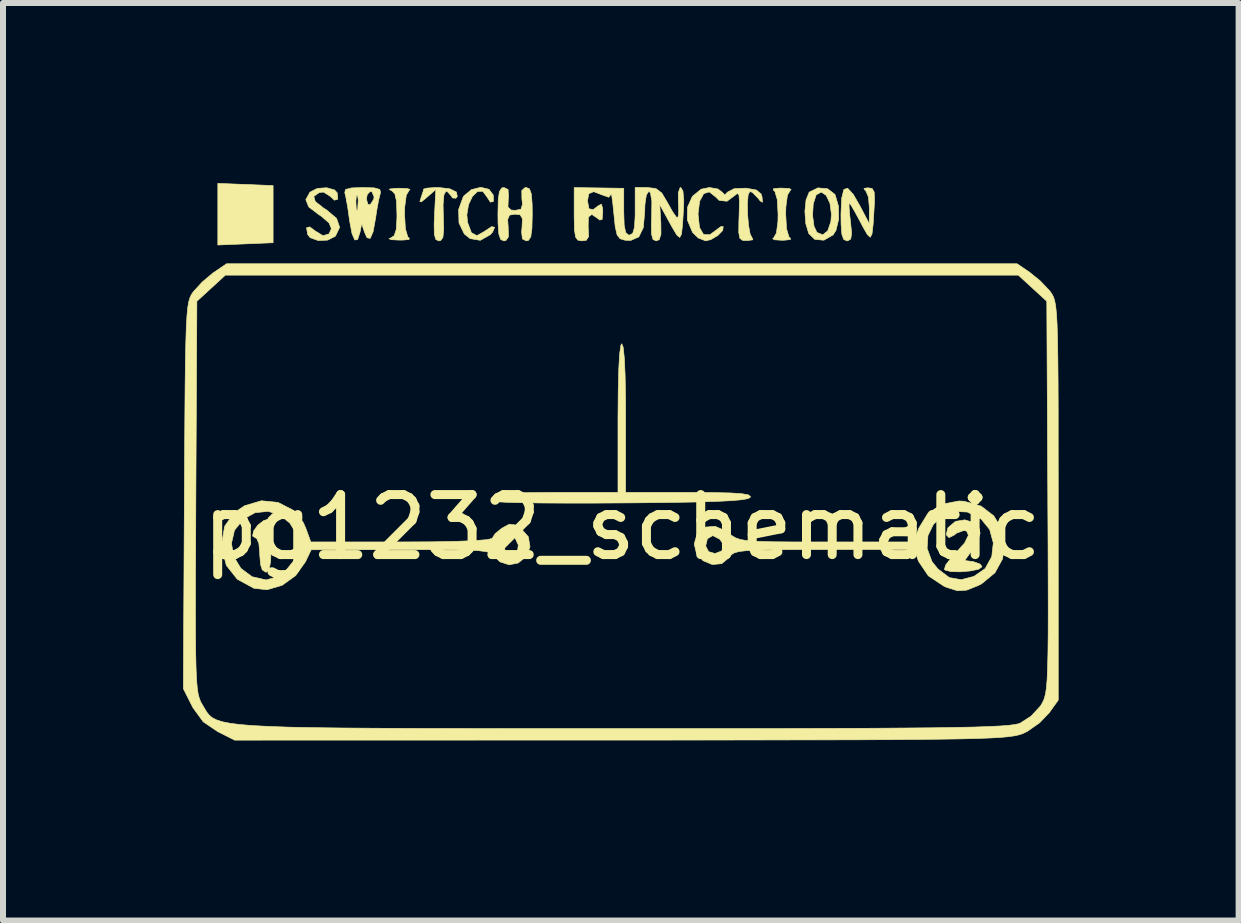
<source format=kicad_pcb>
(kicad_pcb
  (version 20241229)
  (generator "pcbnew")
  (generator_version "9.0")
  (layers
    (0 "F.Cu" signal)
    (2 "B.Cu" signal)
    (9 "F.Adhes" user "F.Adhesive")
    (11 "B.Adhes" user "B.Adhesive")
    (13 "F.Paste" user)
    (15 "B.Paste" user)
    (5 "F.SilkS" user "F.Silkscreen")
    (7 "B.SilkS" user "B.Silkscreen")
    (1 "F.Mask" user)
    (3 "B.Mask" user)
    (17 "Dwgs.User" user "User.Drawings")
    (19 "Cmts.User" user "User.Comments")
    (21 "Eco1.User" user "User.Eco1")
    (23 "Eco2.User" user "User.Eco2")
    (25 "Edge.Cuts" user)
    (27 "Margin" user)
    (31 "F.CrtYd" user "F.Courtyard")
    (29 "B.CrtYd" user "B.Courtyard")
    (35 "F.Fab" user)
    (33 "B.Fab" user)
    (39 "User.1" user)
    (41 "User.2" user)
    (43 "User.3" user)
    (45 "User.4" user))
  (footprint "pg1232_schematic"
    (layer "F.Cu")
    (at 7.315 5.235)
    (property "Reference" "pg1232_schematic" (at 0 0.5 0) (layer "F.SilkS") (effects (font (size 1 1) (thickness 0.15))))
    (attr through_hole)
    (fp_poly (pts (xy -5.815 -5.193) (xy -5.815 -4.241) (xy -6.276 -4.222) (xy -6.736 -4.203) (xy -6.736 -5.23) (xy -5.815 -5.193)) (stroke (width 0.01) (type solid)) (fill yes) (layer "F.SilkS"))
    (fp_poly (pts (xy -5.871 0.422) (xy -5.854 0.574) (xy -5.847 0.79) (xy -5.847 0.808) (xy -5.856 1.068) (xy -5.883 1.212) (xy -5.934 1.25) (xy -5.995 1.21) (xy -6.023 1.124) (xy -6.037 0.966) (xy -6.038 0.924) (xy -6.052 0.769) (xy -6.089 0.685) (xy -6.101 0.681) (xy -6.157 0.645) (xy -6.139 0.561) (xy -6.07 0.464) (xy -5.972 0.388) (xy -5.895 0.365) (xy -5.871 0.422)) (stroke (width 0.01) (type solid)) (fill yes) (layer "F.SilkS"))
    (fp_poly (pts (xy 2.786 -5.144) (xy 2.816 -5.125) (xy 2.805 -5.119) (xy 2.754 -5.034) (xy 2.728 -4.837) (xy 2.725 -4.717) (xy 2.739 -4.474) (xy 2.779 -4.338) (xy 2.805 -4.314) (xy 2.804 -4.294) (xy 2.702 -4.283) (xy 2.662 -4.282) (xy 2.538 -4.29) (xy 2.508 -4.308) (xy 2.519 -4.314) (xy 2.57 -4.4) (xy 2.596 -4.597) (xy 2.598 -4.717) (xy 2.585 -4.959) (xy 2.545 -5.096) (xy 2.519 -5.119) (xy 2.52 -5.14) (xy 2.622 -5.151) (xy 2.662 -5.151) (xy 2.786 -5.144)) (stroke (width 0.01) (type solid)) (fill yes) (layer "F.SilkS"))
    (fp_poly (pts (xy -3.582 -5.144) (xy -3.533 -5.128) (xy -3.545 -5.119) (xy -3.596 -5.034) (xy -3.622 -4.837) (xy -3.625 -4.717) (xy -3.611 -4.474) (xy -3.571 -4.338) (xy -3.545 -4.314) (xy -3.55 -4.295) (xy -3.655 -4.285) (xy -3.72 -4.285) (xy -3.85 -4.292) (xy -3.884 -4.308) (xy -3.863 -4.316) (xy -3.798 -4.358) (xy -3.764 -4.459) (xy -3.752 -4.649) (xy -3.752 -4.717) (xy -3.759 -4.935) (xy -3.787 -5.057) (xy -3.842 -5.111) (xy -3.863 -5.118) (xy -3.878 -5.135) (xy -3.787 -5.147) (xy -3.72 -5.149) (xy -3.582 -5.144)) (stroke (width 0.01) (type solid)) (fill yes) (layer "F.SilkS"))
    (fp_poly (pts (xy -2.218 -5.131) (xy -2.146 -5.034) (xy -2.145 -4.927) (xy -2.196 -4.918) (xy -2.251 -5.003) (xy -2.323 -5.099) (xy -2.41 -5.095) (xy -2.494 -5.013) (xy -2.559 -4.876) (xy -2.587 -4.707) (xy -2.575 -4.579) (xy -2.511 -4.408) (xy -2.42 -4.359) (xy -2.294 -4.429) (xy -2.287 -4.435) (xy -2.175 -4.509) (xy -2.124 -4.499) (xy -2.158 -4.419) (xy -2.197 -4.375) (xy -2.363 -4.281) (xy -2.534 -4.31) (xy -2.63 -4.388) (xy -2.718 -4.57) (xy -2.724 -4.794) (xy -2.648 -5.004) (xy -2.637 -5.02) (xy -2.509 -5.127) (xy -2.355 -5.164) (xy -2.218 -5.131)) (stroke (width 0.01) (type solid)) (fill yes) (layer "F.SilkS"))
    (fp_poly (pts (xy -2.872 -5.14) (xy -2.761 -5.086) (xy -2.746 -5.012) (xy -2.77 -4.982) (xy -2.828 -4.988) (xy -2.845 -5.018) (xy -2.911 -5.092) (xy -2.937 -5.098) (xy -2.969 -5.039) (xy -2.983 -4.876) (xy -2.979 -4.685) (xy -2.973 -4.456) (xy -2.986 -4.329) (xy -3.024 -4.277) (xy -3.053 -4.272) (xy -3.104 -4.295) (xy -3.129 -4.38) (xy -3.132 -4.553) (xy -3.126 -4.7) (xy -3.104 -5.129) (xy -3.248 -5.002) (xy -3.345 -4.922) (xy -3.37 -4.926) (xy -3.35 -4.992) (xy -3.314 -5.101) (xy -3.307 -5.135) (xy -3.251 -5.151) (xy -3.11 -5.161) (xy -3.057 -5.161) (xy -2.872 -5.14)) (stroke (width 0.01) (type solid)) (fill yes) (layer "F.SilkS"))
    (fp_poly (pts (xy 5.855 0.42) (xy 5.95 0.525) (xy 5.964 0.599) (xy 5.929 0.712) (xy 5.844 0.861) (xy 5.836 0.873) (xy 5.708 1.053) (xy 5.852 1.073) (xy 5.964 1.113) (xy 5.996 1.157) (xy 5.94 1.198) (xy 5.804 1.227) (xy 5.634 1.242) (xy 5.477 1.238) (xy 5.379 1.212) (xy 5.369 1.202) (xy 5.39 1.129) (xy 5.482 1.007) (xy 5.554 0.932) (xy 5.705 0.762) (xy 5.769 0.634) (xy 5.741 0.563) (xy 5.691 0.554) (xy 5.576 0.595) (xy 5.533 0.629) (xy 5.445 0.672) (xy 5.4 0.624) (xy 5.425 0.517) (xy 5.433 0.503) (xy 5.554 0.401) (xy 5.709 0.376) (xy 5.855 0.42)) (stroke (width 0.01) (type solid)) (fill yes) (layer "F.SilkS"))
    (fp_poly (pts (xy 3.423 -5.14) (xy 3.543 -5.048) (xy 3.549 -5.038) (xy 3.604 -4.851) (xy 3.608 -4.635) (xy 3.563 -4.447) (xy 3.515 -4.372) (xy 3.361 -4.283) (xy 3.209 -4.297) (xy 3.109 -4.395) (xy 3.06 -4.558) (xy 3.05 -4.695) (xy 3.173 -4.695) (xy 3.197 -4.515) (xy 3.245 -4.413) (xy 3.343 -4.373) (xy 3.426 -4.44) (xy 3.478 -4.593) (xy 3.487 -4.717) (xy 3.462 -4.9) (xy 3.399 -5.03) (xy 3.317 -5.085) (xy 3.236 -5.04) (xy 3.23 -5.03) (xy 3.184 -4.886) (xy 3.173 -4.695) (xy 3.05 -4.695) (xy 3.045 -4.763) (xy 3.064 -4.955) (xy 3.116 -5.082) (xy 3.119 -5.085) (xy 3.262 -5.155) (xy 3.423 -5.14)) (stroke (width 0.01) (type solid)) (fill yes) (layer "F.SilkS"))
    (fp_poly (pts (xy -4.792 -5.121) (xy -4.747 -5.072) (xy -4.737 -4.966) (xy -4.794 -4.95) (xy -4.863 -5.014) (xy -4.975 -5.085) (xy -5.044 -5.078) (xy -5.137 -5.013) (xy -5.113 -4.928) (xy -4.971 -4.816) (xy -4.926 -4.789) (xy -4.758 -4.647) (xy -4.706 -4.498) (xy -4.775 -4.354) (xy -4.78 -4.348) (xy -4.908 -4.284) (xy -5.066 -4.278) (xy -5.197 -4.325) (xy -5.239 -4.377) (xy -5.258 -4.49) (xy -5.204 -4.505) (xy -5.112 -4.436) (xy -4.984 -4.358) (xy -4.883 -4.389) (xy -4.844 -4.476) (xy -4.883 -4.571) (xy -5.011 -4.682) (xy -5.05 -4.707) (xy -5.221 -4.837) (xy -5.27 -4.959) (xy -5.202 -5.082) (xy -5.199 -5.085) (xy -5.078 -5.146) (xy -4.923 -5.157) (xy -4.792 -5.121)) (stroke (width 0.01) (type solid)) (fill yes) (layer "F.SilkS"))
    (fp_poly (pts (xy 4.164 -5.146) (xy 4.199 -5.086) (xy 4.205 -4.947) (xy 4.199 -4.828) (xy 4.182 -4.549) (xy 4.163 -4.387) (xy 4.134 -4.332) (xy 4.086 -4.376) (xy 4.01 -4.509) (xy 3.976 -4.574) (xy 3.881 -4.751) (xy 3.81 -4.872) (xy 3.783 -4.907) (xy 3.78 -4.851) (xy 3.791 -4.706) (xy 3.805 -4.59) (xy 3.823 -4.399) (xy 3.809 -4.303) (xy 3.759 -4.273) (xy 3.746 -4.272) (xy 3.692 -4.295) (xy 3.661 -4.38) (xy 3.648 -4.552) (xy 3.646 -4.717) (xy 3.658 -4.984) (xy 3.694 -5.128) (xy 3.757 -5.149) (xy 3.85 -5.048) (xy 3.959 -4.86) (xy 4.117 -4.558) (xy 4.119 -4.823) (xy 4.103 -5.005) (xy 4.057 -5.11) (xy 4.043 -5.119) (xy 4.029 -5.146) (xy 4.091 -5.156) (xy 4.164 -5.146)) (stroke (width 0.01) (type solid)) (fill yes) (layer "F.SilkS"))
    (fp_poly (pts (xy -1.544 -5.139) (xy -1.513 -5.054) (xy -1.499 -4.884) (xy -1.497 -4.717) (xy -1.503 -4.477) (xy -1.522 -4.339) (xy -1.561 -4.28) (xy -1.596 -4.272) (xy -1.661 -4.304) (xy -1.675 -4.418) (xy -1.668 -4.495) (xy -1.661 -4.644) (xy -1.7 -4.706) (xy -1.783 -4.717) (xy -1.876 -4.701) (xy -1.907 -4.628) (xy -1.898 -4.495) (xy -1.894 -4.339) (xy -1.937 -4.277) (xy -1.97 -4.272) (xy -2.024 -4.296) (xy -2.054 -4.384) (xy -2.067 -4.559) (xy -2.069 -4.717) (xy -2.064 -4.956) (xy -2.045 -5.093) (xy -2.006 -5.153) (xy -1.969 -5.161) (xy -1.9 -5.128) (xy -1.892 -5.008) (xy -1.897 -4.971) (xy -1.902 -4.836) (xy -1.85 -4.786) (xy -1.783 -4.78) (xy -1.686 -4.799) (xy -1.66 -4.88) (xy -1.67 -4.971) (xy -1.672 -5.111) (xy -1.617 -5.16) (xy -1.597 -5.161) (xy -1.544 -5.139)) (stroke (width 0.01) (type solid)) (fill yes) (layer "F.SilkS"))
    (fp_poly (pts (xy 0.018 -2.496) (xy 0.037 -2.314) (xy 0.05 -2.021) (xy 0.057 -1.624) (xy 0.058 -1.32) (xy 0.058 -0.081) (xy 1.111 -0.081) (xy 1.516 -0.079) (xy 1.808 -0.072) (xy 2 -0.059) (xy 2.106 -0.039) (xy 2.139 -0.01) (xy 2.138 -0.002) (xy 2.101 0.021) (xy 2 0.04) (xy 1.825 0.056) (xy 1.565 0.069) (xy 1.212 0.079) (xy 0.754 0.087) (xy 0.181 0.093) (xy 0.017 0.094) (xy -0.487 0.097) (xy -0.95 0.097) (xy -1.356 0.095) (xy -1.691 0.09) (xy -1.94 0.083) (xy -2.087 0.074) (xy -2.121 0.068) (xy -2.156 0.015) (xy -2.131 -0.025) (xy -2.032 -0.052) (xy -1.847 -0.069) (xy -1.563 -0.078) (xy -1.167 -0.081) (xy -1.116 -0.081) (xy -0.069 -0.081) (xy -0.069 -1.32) (xy -0.065 -1.779) (xy -0.056 -2.139) (xy -0.041 -2.393) (xy -0.021 -2.532) (xy -0.005 -2.558) (xy 0.018 -2.496)) (stroke (width 0.01) (type solid)) (fill yes) (layer "F.SilkS"))
    (fp_poly (pts (xy -4.129 -5.155) (xy -4.037 -5.129) (xy -4.025 -5.078) (xy -4.028 -5.067) (xy -4.057 -4.951) (xy -4.091 -4.763) (xy -4.107 -4.653) (xy -4.149 -4.423) (xy -4.198 -4.313) (xy -4.251 -4.325) (xy -4.292 -4.416) (xy -4.339 -4.558) (xy -4.367 -4.415) (xy -4.408 -4.292) (xy -4.455 -4.288) (xy -4.501 -4.396) (xy -4.541 -4.61) (xy -4.544 -4.631) (xy -4.574 -4.844) (xy -4.586 -4.907) (xy -4.435 -4.907) (xy -4.429 -4.792) (xy -4.412 -4.778) (xy -4.406 -4.796) (xy -4.396 -4.957) (xy -4.398 -4.967) (xy -4.26 -4.967) (xy -4.235 -4.879) (xy -4.196 -4.876) (xy -4.138 -4.967) (xy -4.133 -5.006) (xy -4.168 -5.088) (xy -4.196 -5.098) (xy -4.247 -5.044) (xy -4.26 -4.967) (xy -4.398 -4.967) (xy -4.406 -5.018) (xy -4.425 -5.038) (xy -4.435 -4.95) (xy -4.435 -4.907) (xy -4.586 -4.907) (xy -4.605 -5.012) (xy -4.621 -5.076) (xy -4.609 -5.128) (xy -4.509 -5.154) (xy -4.323 -5.161) (xy -4.129 -5.155)) (stroke (width 0.01) (type solid)) (fill yes) (layer "F.SilkS"))
    (fp_poly (pts (xy 1.596 -5.136) (xy 1.668 -5.082) (xy 1.709 -5.037) (xy 1.759 -5.086) (xy 1.868 -5.142) (xy 2.064 -5.15) (xy 2.065 -5.15) (xy 2.237 -5.119) (xy 2.316 -5.052) (xy 2.331 -5.003) (xy 2.338 -4.915) (xy 2.301 -4.937) (xy 2.261 -4.987) (xy 2.174 -5.075) (xy 2.131 -5.098) (xy 2.1 -5.042) (xy 2.087 -4.901) (xy 2.09 -4.717) (xy 2.106 -4.531) (xy 2.133 -4.383) (xy 2.17 -4.314) (xy 2.178 -4.29) (xy 2.09 -4.277) (xy 2.007 -4.28) (xy 1.961 -4.315) (xy 1.943 -4.41) (xy 1.945 -4.592) (xy 1.949 -4.701) (xy 1.955 -4.924) (xy 1.946 -5.039) (xy 1.919 -5.064) (xy 1.885 -5.034) (xy 1.746 -4.932) (xy 1.616 -4.947) (xy 1.558 -5.004) (xy 1.452 -5.088) (xy 1.359 -5.059) (xy 1.291 -4.932) (xy 1.265 -4.722) (xy 1.265 -4.717) (xy 1.289 -4.494) (xy 1.357 -4.378) (xy 1.462 -4.374) (xy 1.552 -4.441) (xy 1.642 -4.508) (xy 1.684 -4.51) (xy 1.676 -4.445) (xy 1.595 -4.362) (xy 1.48 -4.294) (xy 1.391 -4.272) (xy 1.267 -4.321) (xy 1.173 -4.413) (xy 1.086 -4.621) (xy 1.089 -4.832) (xy 1.17 -5.013) (xy 1.316 -5.133) (xy 1.454 -5.161) (xy 1.596 -5.136)) (stroke (width 0.01) (type solid)) (fill yes) (layer "F.SilkS"))
    (fp_poly (pts (xy -5.734 0.085) (xy -5.491 0.209) (xy -5.312 0.42) (xy -5.269 0.518) (xy -5.187 0.744) (xy -3.675 0.744) (xy -3.174 0.742) (xy -2.764 0.734) (xy -2.454 0.722) (xy -2.252 0.706) (xy -2.166 0.686) (xy -2.164 0.682) (xy -2.116 0.606) (xy -2.005 0.516) (xy -1.881 0.449) (xy -1.783 0.46) (xy -1.688 0.516) (xy -1.562 0.659) (xy -1.535 0.827) (xy -1.596 0.985) (xy -1.732 1.095) (xy -1.882 1.125) (xy -2.035 1.076) (xy -2.115 0.998) (xy -2.146 0.958) (xy -2.193 0.927) (xy -2.27 0.905) (xy -2.396 0.889) (xy -2.584 0.88) (xy -2.852 0.875) (xy -3.215 0.873) (xy -3.687 0.873) (xy -5.18 0.874) (xy -5.276 1.075) (xy -5.44 1.305) (xy -5.664 1.466) (xy -5.914 1.54) (xy -6.133 1.517) (xy -6.412 1.365) (xy -6.594 1.135) (xy -6.671 0.838) (xy -6.673 0.776) (xy -6.671 0.768) (xy -6.509 0.768) (xy -6.47 0.989) (xy -6.352 1.184) (xy -6.166 1.323) (xy -5.931 1.377) (xy -5.795 1.339) (xy -5.632 1.242) (xy -5.598 1.215) (xy -5.442 1.02) (xy -5.391 0.811) (xy -5.394 0.792) (xy -1.962 0.792) (xy -1.95 0.903) (xy -1.852 0.935) (xy -1.847 0.935) (xy -1.745 0.906) (xy -1.73 0.798) (xy -1.731 0.792) (xy -1.783 0.68) (xy -1.847 0.649) (xy -1.929 0.703) (xy -1.962 0.792) (xy -5.394 0.792) (xy -5.428 0.607) (xy -5.536 0.43) (xy -5.698 0.298) (xy -5.897 0.234) (xy -6.116 0.257) (xy -6.307 0.362) (xy -6.458 0.549) (xy -6.509 0.768) (xy -6.671 0.768) (xy -6.622 0.483) (xy -6.466 0.26) (xy -6.291 0.141) (xy -6.011 0.058) (xy -5.734 0.085)) (stroke (width 0.01) (type solid)) (fill yes) (layer "F.SilkS"))
    (fp_poly (pts (xy 5.697 0.066) (xy 5.981 0.148) (xy 6.192 0.31) (xy 6.324 0.528) (xy 6.375 0.775) (xy 6.338 1.027) (xy 6.211 1.258) (xy 5.988 1.442) (xy 5.935 1.469) (xy 5.74 1.547) (xy 5.586 1.557) (xy 5.407 1.501) (xy 5.361 1.481) (xy 5.101 1.308) (xy 4.939 1.068) (xy 4.919 1.014) (xy 4.876 0.871) (xy 3.371 0.871) (xy 2.896 0.872) (xy 2.531 0.874) (xy 2.262 0.879) (xy 2.072 0.889) (xy 1.945 0.904) (xy 1.866 0.927) (xy 1.819 0.957) (xy 1.788 0.997) (xy 1.788 0.998) (xy 1.66 1.106) (xy 1.501 1.12) (xy 1.347 1.056) (xy 1.236 0.926) (xy 1.209 0.811) (xy 1.392 0.811) (xy 1.44 0.905) (xy 1.547 0.937) (xy 1.655 0.896) (xy 1.681 0.865) (xy 1.681 0.851) (xy 5.081 0.851) (xy 5.162 1.071) (xy 5.261 1.194) (xy 5.451 1.338) (xy 5.647 1.373) (xy 5.861 1.318) (xy 6.049 1.187) (xy 6.158 0.989) (xy 6.184 0.76) (xy 6.123 0.536) (xy 5.982 0.364) (xy 5.754 0.246) (xy 5.534 0.235) (xy 5.339 0.309) (xy 5.186 0.451) (xy 5.095 0.638) (xy 5.081 0.851) (xy 1.681 0.851) (xy 1.677 0.771) (xy 1.628 0.699) (xy 1.51 0.638) (xy 1.421 0.69) (xy 1.392 0.811) (xy 1.209 0.811) (xy 1.201 0.779) (xy 1.251 0.601) (xy 1.377 0.498) (xy 1.549 0.483) (xy 1.736 0.566) (xy 1.764 0.588) (xy 1.827 0.638) (xy 1.89 0.676) (xy 1.972 0.704) (xy 2.089 0.723) (xy 2.26 0.734) (xy 2.501 0.741) (xy 2.83 0.744) (xy 3.264 0.744) (xy 3.404 0.744) (xy 4.859 0.744) (xy 4.941 0.518) (xy 5.091 0.272) (xy 5.322 0.116) (xy 5.611 0.062) (xy 5.697 0.066)) (stroke (width 0.01) (type solid)) (fill yes) (layer "F.SilkS"))
    (fp_poly (pts (xy 0.422 -5.161) (xy 0.562 -5.144) (xy 0.66 -5.07) (xy 0.757 -4.907) (xy 0.757 -4.907) (xy 0.842 -4.755) (xy 0.907 -4.664) (xy 0.924 -4.653) (xy 0.941 -4.709) (xy 0.941 -4.849) (xy 0.937 -4.907) (xy 0.935 -5.073) (xy 0.965 -5.157) (xy 0.977 -5.161) (xy 1.013 -5.103) (xy 1.027 -4.946) (xy 1.024 -4.828) (xy 1.007 -4.548) (xy 0.989 -4.385) (xy 0.96 -4.329) (xy 0.912 -4.368) (xy 0.837 -4.494) (xy 0.801 -4.558) (xy 0.627 -4.876) (xy 0.645 -4.574) (xy 0.647 -4.384) (xy 0.618 -4.292) (xy 0.567 -4.272) (xy 0.515 -4.295) (xy 0.49 -4.382) (xy 0.487 -4.557) (xy 0.492 -4.685) (xy 0.495 -4.935) (xy 0.472 -5.072) (xy 0.445 -5.098) (xy 0.404 -5.039) (xy 0.38 -4.88) (xy 0.376 -4.756) (xy 0.353 -4.493) (xy 0.278 -4.338) (xy 0.143 -4.279) (xy 0.046 -4.283) (xy -0.035 -4.308) (xy -0.084 -4.372) (xy -0.115 -4.507) (xy -0.137 -4.717) (xy -0.157 -4.912) (xy -0.174 -5.031) (xy -0.184 -5.049) (xy -0.185 -5.048) (xy -0.223 -4.999) (xy -0.318 -5.032) (xy -0.474 -5.092) (xy -0.556 -5.057) (xy -0.577 -4.939) (xy -0.553 -4.807) (xy -0.481 -4.793) (xy -0.399 -4.856) (xy -0.345 -4.884) (xy -0.324 -4.809) (xy -0.323 -4.749) (xy -0.333 -4.629) (xy -0.373 -4.619) (xy -0.399 -4.641) (xy -0.505 -4.713) (xy -0.562 -4.669) (xy -0.566 -4.511) (xy -0.565 -4.495) (xy -0.558 -4.344) (xy -0.597 -4.282) (xy -0.669 -4.272) (xy -0.737 -4.284) (xy -0.776 -4.336) (xy -0.794 -4.455) (xy -0.799 -4.671) (xy -0.799 -4.716) (xy -0.799 -5.16) (xy 0.027 -5.148) (xy 0.027 -4.758) (xy 0.034 -4.534) (xy 0.059 -4.412) (xy 0.107 -4.369) (xy 0.122 -4.368) (xy 0.176 -4.396) (xy 0.206 -4.497) (xy 0.217 -4.694) (xy 0.217 -4.765) (xy 0.217 -5.162) (xy 0.422 -5.161)) (stroke (width 0.01) (type solid)) (fill yes) (layer "F.SilkS"))
    (fp_poly (pts (xy 6.79 -3.748) (xy 6.968 -3.603) (xy 7.122 -3.441) (xy 7.133 -3.426) (xy 7.162 -3.384) (xy 7.187 -3.336) (xy 7.207 -3.271) (xy 7.224 -3.179) (xy 7.237 -3.049) (xy 7.247 -2.87) (xy 7.254 -2.632) (xy 7.259 -2.324) (xy 7.263 -1.935) (xy 7.265 -1.454) (xy 7.265 -0.871) (xy 7.266 -0.176) (xy 7.266 0.066) (xy 7.266 3.379) (xy 7.113 3.593) (xy 6.953 3.759) (xy 6.749 3.901) (xy 6.7 3.925) (xy 6.654 3.944) (xy 6.598 3.961) (xy 6.526 3.976) (xy 6.43 3.989) (xy 6.302 4.001) (xy 6.135 4.01) (xy 5.922 4.018) (xy 5.654 4.025) (xy 5.324 4.03) (xy 4.925 4.035) (xy 4.449 4.038) (xy 3.888 4.041) (xy 3.236 4.042) (xy 2.483 4.043) (xy 1.624 4.044) (xy 0.649 4.045) (xy -0.008 4.045) (xy -6.455 4.046) (xy -6.739 3.903) (xy -6.979 3.74) (xy -7.148 3.509) (xy -7.166 3.475) (xy -7.31 3.189) (xy -7.303 1.837) (xy -7.109 1.837) (xy -7.108 2.249) (xy -7.105 2.577) (xy -7.099 2.833) (xy -7.091 3.027) (xy -7.079 3.171) (xy -7.064 3.275) (xy -7.044 3.35) (xy -7.021 3.408) (xy -6.992 3.458) (xy -6.99 3.462) (xy -6.953 3.524) (xy -6.92 3.579) (xy -6.882 3.627) (xy -6.833 3.67) (xy -6.764 3.706) (xy -6.669 3.738) (xy -6.54 3.764) (xy -6.37 3.786) (xy -6.151 3.804) (xy -5.877 3.818) (xy -5.54 3.83) (xy -5.132 3.838) (xy -4.646 3.844) (xy -4.076 3.848) (xy -3.413 3.851) (xy -2.65 3.852) (xy -1.78 3.853) (xy -0.795 3.853) (xy -0.019 3.853) (xy 1.048 3.853) (xy 1.995 3.853) (xy 2.829 3.852) (xy 3.558 3.85) (xy 4.188 3.848) (xy 4.727 3.844) (xy 5.182 3.84) (xy 5.559 3.834) (xy 5.867 3.828) (xy 6.113 3.819) (xy 6.302 3.81) (xy 6.443 3.799) (xy 6.543 3.786) (xy 6.609 3.772) (xy 6.631 3.764) (xy 6.815 3.645) (xy 6.969 3.478) (xy 6.979 3.463) (xy 7.008 3.412) (xy 7.032 3.356) (xy 7.052 3.283) (xy 7.068 3.183) (xy 7.08 3.043) (xy 7.088 2.854) (xy 7.094 2.605) (xy 7.098 2.284) (xy 7.099 1.881) (xy 7.098 1.385) (xy 7.096 0.784) (xy 7.092 0.069) (xy 7.092 -0.007) (xy 7.075 -3.266) (xy 6.838 -3.483) (xy 6.601 -3.701) (xy -6.611 -3.701) (xy -6.848 -3.483) (xy -7.085 -3.266) (xy -7.102 -0.007) (xy -7.105 0.72) (xy -7.108 1.331) (xy -7.109 1.837) (xy -7.303 1.837) (xy -7.293 -0.029) (xy -7.289 -0.751) (xy -7.285 -1.357) (xy -7.281 -1.857) (xy -7.276 -2.264) (xy -7.269 -2.586) (xy -7.261 -2.837) (xy -7.25 -3.025) (xy -7.237 -3.163) (xy -7.22 -3.261) (xy -7.199 -3.329) (xy -7.175 -3.38) (xy -7.145 -3.423) (xy -7.143 -3.426) (xy -6.996 -3.586) (xy -6.817 -3.737) (xy -6.8 -3.748) (xy -6.59 -3.891) (xy 6.58 -3.891) (xy 6.79 -3.748)) (stroke (width 0.01) (type solid)) (fill yes) (layer "F.SilkS")))
  (gr_rect
    (start -3 -3)
    (end 17.586 12.287)
    (stroke (width 0.1) (type default))
    (fill no)
    (layer "Edge.Cuts")))
</source>
